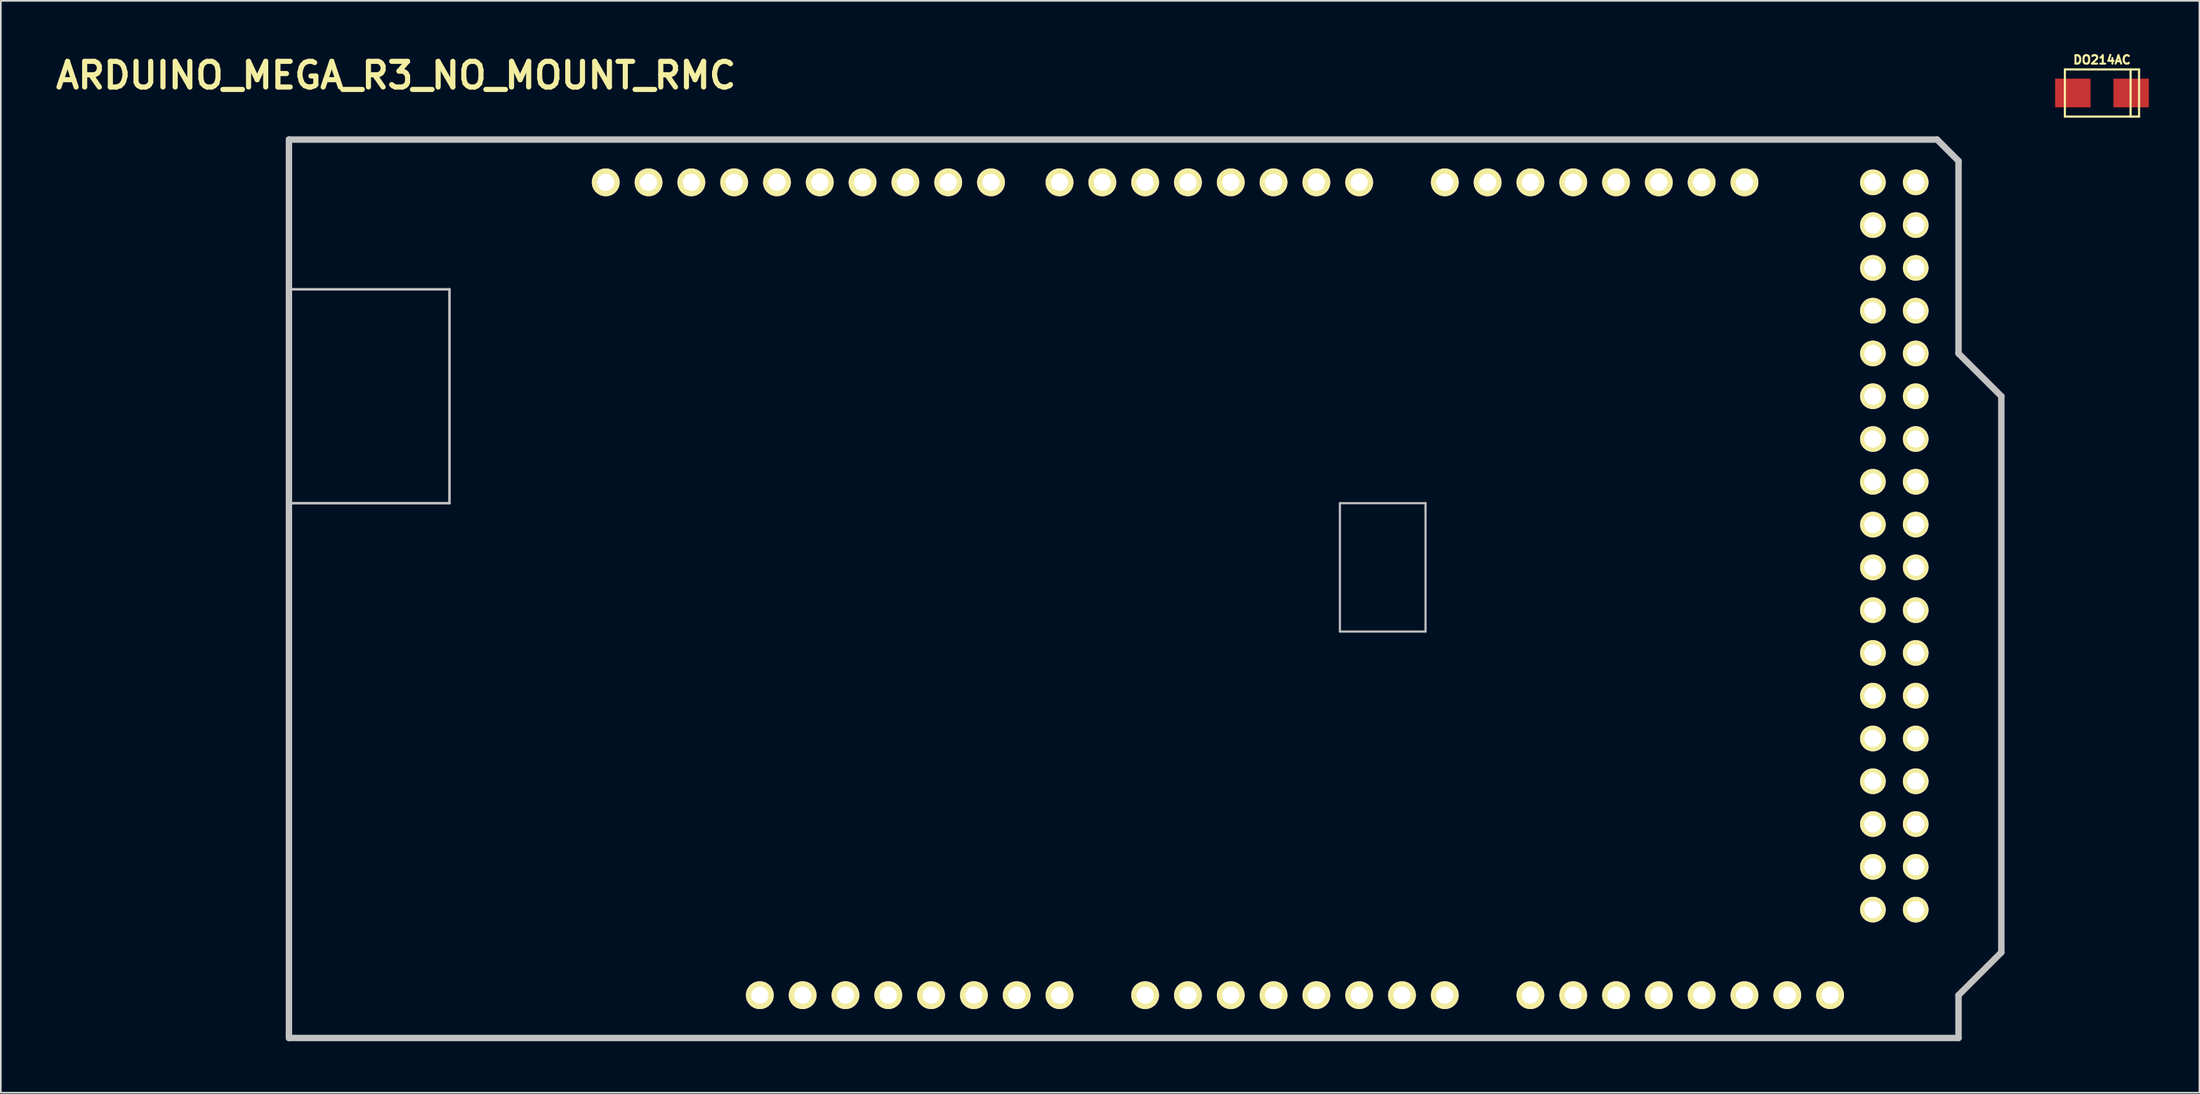
<source format=kicad_pcb>
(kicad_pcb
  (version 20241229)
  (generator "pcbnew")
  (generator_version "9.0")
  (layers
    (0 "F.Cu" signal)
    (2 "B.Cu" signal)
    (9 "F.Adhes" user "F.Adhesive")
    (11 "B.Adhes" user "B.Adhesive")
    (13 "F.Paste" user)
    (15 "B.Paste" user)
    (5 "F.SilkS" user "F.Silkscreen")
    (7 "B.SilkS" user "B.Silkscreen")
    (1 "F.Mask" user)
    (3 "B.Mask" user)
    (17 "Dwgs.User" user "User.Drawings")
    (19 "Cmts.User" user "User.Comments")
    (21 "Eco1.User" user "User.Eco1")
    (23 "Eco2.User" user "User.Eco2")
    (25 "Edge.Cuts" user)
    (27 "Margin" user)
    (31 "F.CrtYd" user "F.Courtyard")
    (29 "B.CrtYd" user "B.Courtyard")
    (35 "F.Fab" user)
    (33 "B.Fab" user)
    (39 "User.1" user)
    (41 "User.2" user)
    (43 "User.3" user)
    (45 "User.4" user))
  (footprint "ARDUINO_MEGA_R3_NO_MOUNT_RMC"
    (layer "F.Cu")
    (at 14.093 58.576)
    (property "Reference" "ARDUINO_MEGA_R3_NO_MOUNT_RMC" (at 6.35 -57.15 0) (layer "F.SilkS") (effects (font (size 1.524 1.524) (thickness 0.305))))
    (attr through_hole)
    (fp_line (start 0 -44.45) (end 9.525 -44.45) (stroke (width 0.15) (type solid)) (layer "Dwgs.User"))
    (fp_line (start 0 0) (end 0 -53.34) (stroke (width 0.381) (type solid)) (layer "Dwgs.User"))
    (fp_line (start 9.525 -44.45) (end 9.525 -31.75) (stroke (width 0.15) (type solid)) (layer "Dwgs.User"))
    (fp_line (start 9.525 -31.75) (end 0 -31.75) (stroke (width 0.15) (type solid)) (layer "Dwgs.User"))
    (fp_line (start 62.357 -31.75) (end 62.357 -24.13) (stroke (width 0.127) (type solid)) (layer "Dwgs.User"))
    (fp_line (start 62.357 -24.13) (end 67.437 -24.13) (stroke (width 0.127) (type solid)) (layer "Dwgs.User"))
    (fp_line (start 67.437 -31.75) (end 62.357 -31.75) (stroke (width 0.127) (type solid)) (layer "Dwgs.User"))
    (fp_line (start 67.437 -24.13) (end 67.437 -31.75) (stroke (width 0.127) (type solid)) (layer "Dwgs.User"))
    (fp_line (start 97.79 -53.34) (end 0 -53.34) (stroke (width 0.381) (type solid)) (layer "Dwgs.User"))
    (fp_line (start 99.06 -52.07) (end 97.79 -53.34) (stroke (width 0.381) (type solid)) (layer "Dwgs.User"))
    (fp_line (start 99.06 -40.64) (end 99.06 -52.07) (stroke (width 0.381) (type solid)) (layer "Dwgs.User"))
    (fp_line (start 99.06 -40.64) (end 101.6 -38.1) (stroke (width 0.381) (type solid)) (layer "Dwgs.User"))
    (fp_line (start 99.06 -2.54) (end 99.06 0) (stroke (width 0.381) (type solid)) (layer "Dwgs.User"))
    (fp_line (start 99.06 0) (end 0 0) (stroke (width 0.381) (type solid)) (layer "Dwgs.User"))
    (fp_line (start 101.6 -38.1) (end 101.6 -5.08) (stroke (width 0.381) (type solid)) (layer "Dwgs.User"))
    (fp_line (start 101.6 -5.08) (end 99.06 -2.54) (stroke (width 0.381) (type solid)) (layer "Dwgs.User"))
    (pad "0" thru_hole circle (at 63.5 -50.8 90) (size 1.651 1.651) (drill 1.016) (layers "*.Cu" "*.Mask" "F.SilkS"))
    (pad "1" thru_hole circle (at 60.96 -50.8 90) (size 1.651 1.651) (drill 1.016) (layers "*.Cu" "*.Mask" "F.SilkS"))
    (pad "2" thru_hole circle (at 58.42 -50.8 90) (size 1.651 1.651) (drill 1.016) (layers "*.Cu" "*.Mask" "F.SilkS"))
    (pad "3" thru_hole circle (at 55.88 -50.8 90) (size 1.651 1.651) (drill 1.016) (layers "*.Cu" "*.Mask" "F.SilkS"))
    (pad "3V3" thru_hole circle (at 35.56 -2.54 90) (size 1.651 1.651) (drill 1.016) (layers "*.Cu" "*.Mask" "F.SilkS"))
    (pad "4" thru_hole circle (at 53.34 -50.8 90) (size 1.651 1.651) (drill 1.016) (layers "*.Cu" "*.Mask" "F.SilkS"))
    (pad "5" thru_hole circle (at 50.8 -50.8 90) (size 1.651 1.651) (drill 1.016) (layers "*.Cu" "*.Mask" "F.SilkS"))
    (pad "5V" thru_hole circle (at 38.1 -2.54 90) (size 1.651 1.651) (drill 1.016) (layers "*.Cu" "*.Mask" "F.SilkS"))
    (pad "5V_4" thru_hole circle (at 93.98 -50.8) (size 1.524 1.524) (drill 1.016) (layers "*.Cu" "*.Mask" "F.SilkS"))
    (pad "5V_5" thru_hole circle (at 96.52 -50.8) (size 1.524 1.524) (drill 1.016) (layers "*.Cu" "*.Mask" "F.SilkS"))
    (pad "6" thru_hole circle (at 48.26 -50.8 90) (size 1.651 1.651) (drill 1.016) (layers "*.Cu" "*.Mask" "F.SilkS"))
    (pad "7" thru_hole circle (at 45.72 -50.8 90) (size 1.651 1.651) (drill 1.016) (layers "*.Cu" "*.Mask" "F.SilkS"))
    (pad "8" thru_hole circle (at 41.656 -50.8 90) (size 1.651 1.651) (drill 1.016) (layers "*.Cu" "*.Mask" "F.SilkS"))
    (pad "9" thru_hole circle (at 39.116 -50.8 90) (size 1.651 1.651) (drill 1.016) (layers "*.Cu" "*.Mask" "F.SilkS"))
    (pad "10" thru_hole circle (at 36.576 -50.8 90) (size 1.651 1.651) (drill 1.016) (layers "*.Cu" "*.Mask" "F.SilkS"))
    (pad "11" thru_hole circle (at 34.036 -50.8 90) (size 1.651 1.651) (drill 1.016) (layers "*.Cu" "*.Mask" "F.SilkS"))
    (pad "12" thru_hole circle (at 31.496 -50.8 90) (size 1.651 1.651) (drill 1.016) (layers "*.Cu" "*.Mask" "F.SilkS"))
    (pad "13" thru_hole circle (at 28.956 -50.8 90) (size 1.651 1.651) (drill 1.016) (layers "*.Cu" "*.Mask" "F.SilkS"))
    (pad "14" thru_hole circle (at 68.58 -50.8 90) (size 1.651 1.651) (drill 1.016) (layers "*.Cu" "*.Mask" "F.SilkS"))
    (pad "15" thru_hole circle (at 71.12 -50.8 90) (size 1.651 1.651) (drill 1.016) (layers "*.Cu" "*.Mask" "F.SilkS"))
    (pad "16" thru_hole circle (at 73.66 -50.8 90) (size 1.651 1.651) (drill 1.016) (layers "*.Cu" "*.Mask" "F.SilkS"))
    (pad "17" thru_hole circle (at 76.2 -50.8 90) (size 1.651 1.651) (drill 1.016) (layers "*.Cu" "*.Mask" "F.SilkS"))
    (pad "18" thru_hole circle (at 78.74 -50.8 90) (size 1.651 1.651) (drill 1.016) (layers "*.Cu" "*.Mask" "F.SilkS"))
    (pad "19" thru_hole circle (at 81.28 -50.8 90) (size 1.651 1.651) (drill 1.016) (layers "*.Cu" "*.Mask" "F.SilkS"))
    (pad "20" thru_hole circle (at 83.82 -50.8 90) (size 1.651 1.651) (drill 1.016) (layers "*.Cu" "*.Mask" "F.SilkS"))
    (pad "21" thru_hole circle (at 86.36 -50.8 90) (size 1.651 1.651) (drill 1.016) (layers "*.Cu" "*.Mask" "F.SilkS"))
    (pad "22" thru_hole circle (at 93.98 -48.26) (size 1.524 1.524) (drill 1.016) (layers "*.Cu" "*.Mask" "F.SilkS"))
    (pad "23" thru_hole circle (at 96.52 -48.26) (size 1.524 1.524) (drill 1.016) (layers "*.Cu" "*.Mask" "F.SilkS"))
    (pad "24" thru_hole circle (at 93.98 -45.72) (size 1.524 1.524) (drill 1.016) (layers "*.Cu" "*.Mask" "F.SilkS"))
    (pad "25" thru_hole circle (at 96.52 -45.72) (size 1.524 1.524) (drill 1.016) (layers "*.Cu" "*.Mask" "F.SilkS"))
    (pad "26" thru_hole circle (at 93.98 -43.18) (size 1.524 1.524) (drill 1.016) (layers "*.Cu" "*.Mask" "F.SilkS"))
    (pad "27" thru_hole circle (at 96.52 -43.18) (size 1.524 1.524) (drill 1.016) (layers "*.Cu" "*.Mask" "F.SilkS"))
    (pad "28" thru_hole circle (at 93.98 -40.64) (size 1.524 1.524) (drill 1.016) (layers "*.Cu" "*.Mask" "F.SilkS"))
    (pad "29" thru_hole circle (at 96.52 -40.64) (size 1.524 1.524) (drill 1.016) (layers "*.Cu" "*.Mask" "F.SilkS"))
    (pad "30" thru_hole circle (at 93.98 -38.1) (size 1.524 1.524) (drill 1.016) (layers "*.Cu" "*.Mask" "F.SilkS"))
    (pad "31" thru_hole circle (at 96.52 -38.1) (size 1.524 1.524) (drill 1.016) (layers "*.Cu" "*.Mask" "F.SilkS"))
    (pad "32" thru_hole circle (at 93.98 -35.56) (size 1.524 1.524) (drill 1.016) (layers "*.Cu" "*.Mask" "F.SilkS"))
    (pad "33" thru_hole circle (at 96.52 -35.56) (size 1.524 1.524) (drill 1.016) (layers "*.Cu" "*.Mask" "F.SilkS"))
    (pad "34" thru_hole circle (at 93.98 -33.02) (size 1.524 1.524) (drill 1.016) (layers "*.Cu" "*.Mask" "F.SilkS"))
    (pad "35" thru_hole circle (at 96.52 -33.02) (size 1.524 1.524) (drill 1.016) (layers "*.Cu" "*.Mask" "F.SilkS"))
    (pad "36" thru_hole circle (at 93.98 -30.48) (size 1.524 1.524) (drill 1.016) (layers "*.Cu" "*.Mask" "F.SilkS"))
    (pad "37" thru_hole circle (at 96.52 -30.48) (size 1.524 1.524) (drill 1.016) (layers "*.Cu" "*.Mask" "F.SilkS"))
    (pad "38" thru_hole circle (at 93.98 -27.94) (size 1.524 1.524) (drill 1.016) (layers "*.Cu" "*.Mask" "F.SilkS"))
    (pad "39" thru_hole circle (at 96.52 -27.94) (size 1.524 1.524) (drill 1.016) (layers "*.Cu" "*.Mask" "F.SilkS"))
    (pad "40" thru_hole circle (at 93.98 -25.4) (size 1.524 1.524) (drill 1.016) (layers "*.Cu" "*.Mask" "F.SilkS"))
    (pad "41" thru_hole circle (at 96.52 -25.4) (size 1.524 1.524) (drill 1.016) (layers "*.Cu" "*.Mask" "F.SilkS"))
    (pad "42" thru_hole circle (at 93.98 -22.86) (size 1.524 1.524) (drill 1.016) (layers "*.Cu" "*.Mask" "F.SilkS"))
    (pad "43" thru_hole circle (at 96.52 -22.86) (size 1.524 1.524) (drill 1.016) (layers "*.Cu" "*.Mask" "F.SilkS"))
    (pad "44" thru_hole circle (at 93.98 -20.32) (size 1.524 1.524) (drill 1.016) (layers "*.Cu" "*.Mask" "F.SilkS"))
    (pad "45" thru_hole circle (at 96.52 -20.32) (size 1.524 1.524) (drill 1.016) (layers "*.Cu" "*.Mask" "F.SilkS"))
    (pad "46" thru_hole circle (at 93.98 -17.78) (size 1.524 1.524) (drill 1.016) (layers "*.Cu" "*.Mask" "F.SilkS"))
    (pad "47" thru_hole circle (at 96.52 -17.78) (size 1.524 1.524) (drill 1.016) (layers "*.Cu" "*.Mask" "F.SilkS"))
    (pad "48" thru_hole circle (at 93.98 -15.24) (size 1.524 1.524) (drill 1.016) (layers "*.Cu" "*.Mask" "F.SilkS"))
    (pad "49" thru_hole circle (at 96.52 -15.24) (size 1.524 1.524) (drill 1.016) (layers "*.Cu" "*.Mask" "F.SilkS"))
    (pad "50" thru_hole circle (at 93.98 -12.7) (size 1.524 1.524) (drill 1.016) (layers "*.Cu" "*.Mask" "F.SilkS"))
    (pad "51" thru_hole circle (at 96.52 -12.7) (size 1.524 1.524) (drill 1.016) (layers "*.Cu" "*.Mask" "F.SilkS"))
    (pad "52" thru_hole circle (at 93.98 -10.16) (size 1.524 1.524) (drill 1.016) (layers "*.Cu" "*.Mask" "F.SilkS"))
    (pad "53" thru_hole circle (at 96.52 -10.16) (size 1.524 1.524) (drill 1.016) (layers "*.Cu" "*.Mask" "F.SilkS"))
    (pad "AD0" thru_hole circle (at 50.8 -2.54 90) (size 1.651 1.651) (drill 1.016) (layers "*.Cu" "*.Mask" "F.SilkS"))
    (pad "AD1" thru_hole circle (at 53.34 -2.54 90) (size 1.651 1.651) (drill 1.016) (layers "*.Cu" "*.Mask" "F.SilkS"))
    (pad "AD2" thru_hole circle (at 55.88 -2.54 90) (size 1.651 1.651) (drill 1.016) (layers "*.Cu" "*.Mask" "F.SilkS"))
    (pad "AD3" thru_hole circle (at 58.42 -2.54 90) (size 1.651 1.651) (drill 1.016) (layers "*.Cu" "*.Mask" "F.SilkS"))
    (pad "AD4" thru_hole circle (at 60.96 -2.54 90) (size 1.651 1.651) (drill 1.016) (layers "*.Cu" "*.Mask" "F.SilkS"))
    (pad "AD5" thru_hole circle (at 63.5 -2.54 90) (size 1.651 1.651) (drill 1.016) (layers "*.Cu" "*.Mask" "F.SilkS"))
    (pad "AD6" thru_hole circle (at 66.04 -2.54 90) (size 1.651 1.651) (drill 1.016) (layers "*.Cu" "*.Mask" "F.SilkS"))
    (pad "AD7" thru_hole circle (at 68.58 -2.54 90) (size 1.651 1.651) (drill 1.016) (layers "*.Cu" "*.Mask" "F.SilkS"))
    (pad "AD8" thru_hole circle (at 73.66 -2.54 90) (size 1.651 1.651) (drill 1.016) (layers "*.Cu" "*.Mask" "F.SilkS"))
    (pad "AD9" thru_hole circle (at 76.2 -2.54 90) (size 1.651 1.651) (drill 1.016) (layers "*.Cu" "*.Mask" "F.SilkS"))
    (pad "AD10" thru_hole circle (at 78.74 -2.54 90) (size 1.651 1.651) (drill 1.016) (layers "*.Cu" "*.Mask" "F.SilkS"))
    (pad "AD11" thru_hole circle (at 81.28 -2.54 90) (size 1.651 1.651) (drill 1.016) (layers "*.Cu" "*.Mask" "F.SilkS"))
    (pad "AD12" thru_hole circle (at 83.82 -2.54 90) (size 1.651 1.651) (drill 1.016) (layers "*.Cu" "*.Mask" "F.SilkS"))
    (pad "AD13" thru_hole circle (at 86.36 -2.54 90) (size 1.651 1.651) (drill 1.016) (layers "*.Cu" "*.Mask" "F.SilkS"))
    (pad "AD14" thru_hole circle (at 88.9 -2.54 90) (size 1.651 1.651) (drill 1.016) (layers "*.Cu" "*.Mask" "F.SilkS"))
    (pad "AD15" thru_hole circle (at 91.44 -2.54 90) (size 1.651 1.651) (drill 1.016) (layers "*.Cu" "*.Mask" "F.SilkS"))
    (pad "AREF" thru_hole circle (at 23.876 -50.8 90) (size 1.651 1.651) (drill 1.016) (layers "*.Cu" "*.Mask" "F.SilkS"))
    (pad "GND" thru_hole circle (at 26.416 -50.8 90) (size 1.651 1.651) (drill 1.016) (layers "*.Cu" "*.Mask" "F.SilkS"))
    (pad "GND" thru_hole circle (at 40.64 -2.54 90) (size 1.651 1.651) (drill 1.016) (layers "*.Cu" "*.Mask" "F.SilkS"))
    (pad "GND" thru_hole circle (at 43.18 -2.54 90) (size 1.651 1.651) (drill 1.016) (layers "*.Cu" "*.Mask" "F.SilkS"))
    (pad "GND4" thru_hole circle (at 93.98 -7.62) (size 1.524 1.524) (drill 1.016) (layers "*.Cu" "*.Mask" "F.SilkS"))
    (pad "GND5" thru_hole circle (at 96.52 -7.62) (size 1.524 1.524) (drill 1.016) (layers "*.Cu" "*.Mask" "F.SilkS"))
    (pad "IORF" thru_hole circle (at 30.48 -2.54 90) (size 1.651 1.651) (drill 1.016) (layers "*.Cu" "*.Mask" "F.SilkS"))
    (pad "NC1" thru_hole circle (at 27.94 -2.54 90) (size 1.651 1.651) (drill 1.016) (layers "*.Cu" "*.Mask" "F.SilkS"))
    (pad "RST" thru_hole circle (at 33.02 -2.54 90) (size 1.651 1.651) (drill 1.016) (layers "*.Cu" "*.Mask" "F.SilkS"))
    (pad "SCL1" thru_hole circle (at 18.796 -50.8 90) (size 1.651 1.651) (drill 1.016) (layers "*.Cu" "*.Mask" "F.SilkS"))
    (pad "SDA1" thru_hole circle (at 21.336 -50.8 90) (size 1.651 1.651) (drill 1.016) (layers "*.Cu" "*.Mask" "F.SilkS"))
    (pad "V_IN" thru_hole circle (at 45.72 -2.54 90) (size 1.651 1.651) (drill 1.016) (layers "*.Cu" "*.Mask" "F.SilkS")))
  (footprint "DO214AC"
    (layer "F.Cu")
    (at 121.664 2.471)
    (property "Reference" "DO214AC" (at 0 -1.968 0) (layer "F.SilkS") (effects (font (size 0.5 0.5) (thickness 0.119))))
    (attr through_hole)
    (fp_line (start -2.2 -1.4) (end -2.2 1.4) (stroke (width 0.127) (type solid)) (layer "F.SilkS"))
    (fp_line (start -2.2 1.4) (end 2.2 1.4) (stroke (width 0.127) (type solid)) (layer "F.SilkS"))
    (fp_line (start 1.699 -1.4) (end 1.699 1.4) (stroke (width 0.127) (type solid)) (layer "F.SilkS"))
    (fp_line (start 2.2 -1.4) (end -2.2 -1.4) (stroke (width 0.127) (type solid)) (layer "F.SilkS"))
    (fp_line (start 2.2 1.4) (end 2.2 -1.4) (stroke (width 0.127) (type solid)) (layer "F.SilkS"))
    (pad "1" smd rect (at 1.73 0) (size 2.101 1.699) (layers "F.Cu" "F.Mask" "F.Paste"))
    (pad "2" smd rect (at -1.73 0) (size 2.101 1.699) (layers "F.Cu" "F.Mask" "F.Paste")))
  (gr_rect
    (start -3 -3)
    (end 127.444 61.826)
    (stroke (width 0.1) (type default))
    (fill no)
    (layer "Edge.Cuts")))
</source>
